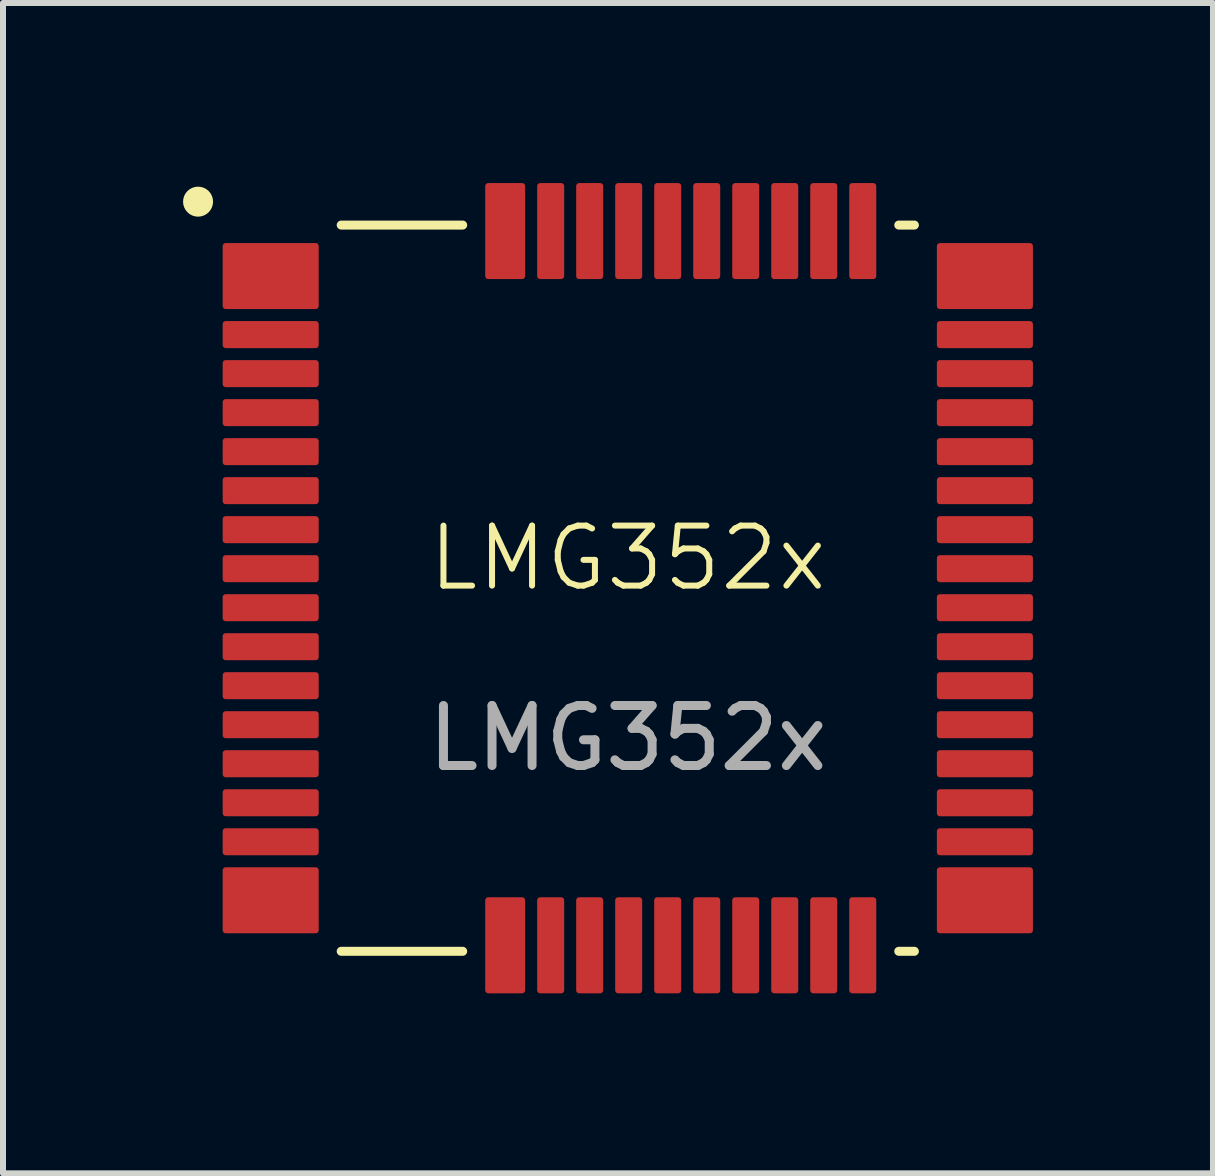
<source format=kicad_pcb>
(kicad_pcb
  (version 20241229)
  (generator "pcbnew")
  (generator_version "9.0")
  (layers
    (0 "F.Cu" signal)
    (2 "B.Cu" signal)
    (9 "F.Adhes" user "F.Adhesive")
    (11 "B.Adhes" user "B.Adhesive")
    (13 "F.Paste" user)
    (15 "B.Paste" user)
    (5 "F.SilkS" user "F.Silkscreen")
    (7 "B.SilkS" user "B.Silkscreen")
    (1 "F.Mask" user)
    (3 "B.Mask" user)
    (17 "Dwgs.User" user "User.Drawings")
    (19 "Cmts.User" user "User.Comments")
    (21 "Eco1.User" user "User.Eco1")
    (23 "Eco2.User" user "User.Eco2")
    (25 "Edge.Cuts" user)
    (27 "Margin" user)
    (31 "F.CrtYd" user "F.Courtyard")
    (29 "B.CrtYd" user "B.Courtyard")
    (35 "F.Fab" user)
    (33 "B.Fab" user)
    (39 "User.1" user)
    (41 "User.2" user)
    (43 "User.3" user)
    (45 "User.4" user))
  (footprint "LMG352x"
    (layer "F.Cu")
    (at 7.41 6.75)
    (property "Reference" "LMG352x" (at 0 -0.5 0) (unlocked yes) (layer "F.SilkS") (effects (font (size 1 1) (thickness 0.1))))
    (attr smd)
    (fp_line (start -2.751 -6.05) (end -4.775 -6.05) (stroke (width 0.15) (type solid)) (layer "F.SilkS"))
    (fp_line (start -2.751 6.05) (end -4.775 6.05) (stroke (width 0.15) (type solid)) (layer "F.SilkS"))
    (fp_line (start 4.775 -6.05) (end 4.515 -6.05) (stroke (width 0.15) (type solid)) (layer "F.SilkS"))
    (fp_line (start 4.775 6.05) (end 4.515 6.05) (stroke (width 0.15) (type solid)) (layer "F.SilkS"))
    (fp_circle (center -7.16 -6.44) (end -7.16 -6.565) (stroke (width 0.25) (type solid)) (fill no) (layer "F.SilkS"))
    (fp_line (start -6.05 6.05) (end -6.05 -6.05) (stroke (width 0.15) (type solid)) (layer "User.6"))
    (fp_line (start 6.05 -6.05) (end -6.05 -6.05) (stroke (width 0.15) (type solid)) (layer "User.6"))
    (fp_line (start 6.05 6.05) (end -6.05 6.05) (stroke (width 0.15) (type solid)) (layer "User.6"))
    (fp_line (start 6.05 6.05) (end 6.05 -6.05) (stroke (width 0.15) (type solid)) (layer "User.6"))
    (fp_text user "${REFERENCE}" (at 0 2.5 0) (unlocked yes) (layer "F.Fab") (effects (font (size 1 1) (thickness 0.15))))
    (fp_text user "${REFERENCE}" (at 0.05 0.011 0) (unlocked yes) (layer "User.6") (effects (font (size 0.5 0.5) (thickness 0.05)) (justify left bottom mirror)))
    (pad "1" smd roundrect (at -5.725 -5.2) (size 1.6 1.1) (drill (offset -0.225 0)) (layers "F.Cu" "F.Mask" "F.Paste") (roundrect_rratio 0.045))
    (pad "2" smd roundrect (at -5.725 -4.225) (size 1.6 0.45) (drill (offset -0.225 0)) (layers "F.Cu" "F.Mask" "F.Paste") (roundrect_rratio 0.11))
    (pad "3" smd roundrect (at -5.725 -3.575) (size 1.6 0.45) (drill (offset -0.225 0)) (layers "F.Cu" "F.Mask" "F.Paste") (roundrect_rratio 0.11))
    (pad "4" smd roundrect (at -5.725 -2.925) (size 1.6 0.45) (drill (offset -0.225 0)) (layers "F.Cu" "F.Mask" "F.Paste") (roundrect_rratio 0.11))
    (pad "5" smd roundrect (at -5.725 -2.275) (size 1.6 0.45) (drill (offset -0.225 0)) (layers "F.Cu" "F.Mask" "F.Paste") (roundrect_rratio 0.11))
    (pad "6" smd roundrect (at -5.725 -1.625) (size 1.6 0.45) (drill (offset -0.225 0)) (layers "F.Cu" "F.Mask" "F.Paste") (roundrect_rratio 0.11))
    (pad "7" smd roundrect (at -5.725 -0.975) (size 1.6 0.45) (drill (offset -0.225 0)) (layers "F.Cu" "F.Mask" "F.Paste") (roundrect_rratio 0.11))
    (pad "8" smd roundrect (at -5.725 -0.325) (size 1.6 0.45) (drill (offset -0.225 0)) (layers "F.Cu" "F.Mask" "F.Paste") (roundrect_rratio 0.11))
    (pad "9" smd roundrect (at -5.725 0.325) (size 1.6 0.45) (drill (offset -0.225 0)) (layers "F.Cu" "F.Mask" "F.Paste") (roundrect_rratio 0.11))
    (pad "10" smd roundrect (at -5.725 0.975) (size 1.6 0.45) (drill (offset -0.225 0)) (layers "F.Cu" "F.Mask" "F.Paste") (roundrect_rratio 0.11))
    (pad "11" smd roundrect (at -5.725 1.625) (size 1.6 0.45) (drill (offset -0.225 0)) (layers "F.Cu" "F.Mask" "F.Paste") (roundrect_rratio 0.11))
    (pad "12" smd roundrect (at -5.725 2.275) (size 1.6 0.45) (drill (offset -0.225 0)) (layers "F.Cu" "F.Mask" "F.Paste") (roundrect_rratio 0.11))
    (pad "13" smd roundrect (at -5.725 2.925) (size 1.6 0.45) (drill (offset -0.225 0)) (layers "F.Cu" "F.Mask" "F.Paste") (roundrect_rratio 0.11))
    (pad "14" smd roundrect (at -5.725 3.575) (size 1.6 0.45) (drill (offset -0.225 0)) (layers "F.Cu" "F.Mask" "F.Paste") (roundrect_rratio 0.11))
    (pad "15" smd roundrect (at -5.725 4.225) (size 1.6 0.45) (drill (offset -0.225 0)) (layers "F.Cu" "F.Mask" "F.Paste") (roundrect_rratio 0.11))
    (pad "16" smd roundrect (at -5.725 5.2) (size 1.6 1.1) (drill (offset -0.225 0)) (layers "F.Cu" "F.Mask" "F.Paste") (roundrect_rratio 0.045))
    (pad "17" smd roundrect (at -2.043 5.725) (size 0.665 1.6) (drill (offset 0 0.225)) (layers "F.Cu" "F.Mask" "F.Paste") (roundrect_rratio 0.075))
    (pad "18" smd roundrect (at -1.285 5.725) (size 0.45 1.6) (drill (offset 0 0.225)) (layers "F.Cu" "F.Mask" "F.Paste") (roundrect_rratio 0.11))
    (pad "19" smd roundrect (at -0.635 5.725) (size 0.45 1.6) (drill (offset 0 0.225)) (layers "F.Cu" "F.Mask" "F.Paste") (roundrect_rratio 0.11))
    (pad "20" smd roundrect (at 0.015 5.725) (size 0.45 1.6) (drill (offset 0 0.225)) (layers "F.Cu" "F.Mask" "F.Paste") (roundrect_rratio 0.11))
    (pad "21" smd roundrect (at 0.665 5.725) (size 0.45 1.6) (drill (offset 0 0.225)) (layers "F.Cu" "F.Mask" "F.Paste") (roundrect_rratio 0.11))
    (pad "22" smd roundrect (at 1.315 5.725) (size 0.45 1.6) (drill (offset 0 0.225)) (layers "F.Cu" "F.Mask" "F.Paste") (roundrect_rratio 0.11))
    (pad "23" smd roundrect (at 1.965 5.725) (size 0.45 1.6) (drill (offset 0 0.225)) (layers "F.Cu" "F.Mask" "F.Paste") (roundrect_rratio 0.11))
    (pad "24" smd roundrect (at 2.615 5.725) (size 0.45 1.6) (drill (offset 0 0.225)) (layers "F.Cu" "F.Mask" "F.Paste") (roundrect_rratio 0.11))
    (pad "25" smd roundrect (at 3.265 5.725) (size 0.45 1.6) (drill (offset 0 0.225)) (layers "F.Cu" "F.Mask" "F.Paste") (roundrect_rratio 0.11))
    (pad "26" smd roundrect (at 3.915 5.725) (size 0.45 1.6) (drill (offset 0 0.225)) (layers "F.Cu" "F.Mask" "F.Paste") (roundrect_rratio 0.11))
    (pad "27" smd roundrect (at 5.725 5.2) (size 1.6 1.1) (drill (offset 0.225 0)) (layers "F.Cu" "F.Mask" "F.Paste") (roundrect_rratio 0.045))
    (pad "28" smd roundrect (at 5.725 4.225) (size 1.6 0.45) (drill (offset 0.225 0)) (layers "F.Cu" "F.Mask" "F.Paste") (roundrect_rratio 0.11))
    (pad "29" smd roundrect (at 5.725 3.575) (size 1.6 0.45) (drill (offset 0.225 0)) (layers "F.Cu" "F.Mask" "F.Paste") (roundrect_rratio 0.11))
    (pad "30" smd roundrect (at 5.725 2.925) (size 1.6 0.45) (drill (offset 0.225 0)) (layers "F.Cu" "F.Mask" "F.Paste") (roundrect_rratio 0.11))
    (pad "31" smd roundrect (at 5.725 2.275) (size 1.6 0.45) (drill (offset 0.225 0)) (layers "F.Cu" "F.Mask" "F.Paste") (roundrect_rratio 0.11))
    (pad "32" smd roundrect (at 5.725 1.625) (size 1.6 0.45) (drill (offset 0.225 0)) (layers "F.Cu" "F.Mask" "F.Paste") (roundrect_rratio 0.11))
    (pad "33" smd roundrect (at 5.725 0.975) (size 1.6 0.45) (drill (offset 0.225 0)) (layers "F.Cu" "F.Mask" "F.Paste") (roundrect_rratio 0.11))
    (pad "34" smd roundrect (at 5.725 0.325) (size 1.6 0.45) (drill (offset 0.225 0)) (layers "F.Cu" "F.Mask" "F.Paste") (roundrect_rratio 0.11))
    (pad "35" smd roundrect (at 5.725 -0.325) (size 1.6 0.45) (drill (offset 0.225 0)) (layers "F.Cu" "F.Mask" "F.Paste") (roundrect_rratio 0.11))
    (pad "36" smd roundrect (at 5.725 -0.975) (size 1.6 0.45) (drill (offset 0.225 0)) (layers "F.Cu" "F.Mask" "F.Paste") (roundrect_rratio 0.11))
    (pad "37" smd roundrect (at 5.725 -1.625) (size 1.6 0.45) (drill (offset 0.225 0)) (layers "F.Cu" "F.Mask" "F.Paste") (roundrect_rratio 0.11))
    (pad "38" smd roundrect (at 5.725 -2.275) (size 1.6 0.45) (drill (offset 0.225 0)) (layers "F.Cu" "F.Mask" "F.Paste") (roundrect_rratio 0.11))
    (pad "39" smd roundrect (at 5.725 -2.925) (size 1.6 0.45) (drill (offset 0.225 0)) (layers "F.Cu" "F.Mask" "F.Paste") (roundrect_rratio 0.11))
    (pad "40" smd roundrect (at 5.725 -3.575) (size 1.6 0.45) (drill (offset 0.225 0)) (layers "F.Cu" "F.Mask" "F.Paste") (roundrect_rratio 0.11))
    (pad "41" smd roundrect (at 5.725 -4.225) (size 1.6 0.45) (drill (offset 0.225 0)) (layers "F.Cu" "F.Mask" "F.Paste") (roundrect_rratio 0.11))
    (pad "42" smd roundrect (at 5.725 -5.2) (size 1.6 1.1) (drill (offset 0.225 0)) (layers "F.Cu" "F.Mask" "F.Paste") (roundrect_rratio 0.045))
    (pad "43" smd roundrect (at 3.915 -5.725) (size 0.45 1.6) (drill (offset 0 -0.225)) (layers "F.Cu" "F.Mask" "F.Paste") (roundrect_rratio 0.11))
    (pad "44" smd roundrect (at 3.265 -5.725) (size 0.45 1.6) (drill (offset 0 -0.225)) (layers "F.Cu" "F.Mask" "F.Paste") (roundrect_rratio 0.11))
    (pad "45" smd roundrect (at 2.615 -5.725) (size 0.45 1.6) (drill (offset 0 -0.225)) (layers "F.Cu" "F.Mask" "F.Paste") (roundrect_rratio 0.11))
    (pad "46" smd roundrect (at 1.965 -5.725) (size 0.45 1.6) (drill (offset 0 -0.225)) (layers "F.Cu" "F.Mask" "F.Paste") (roundrect_rratio 0.11))
    (pad "47" smd roundrect (at 1.315 -5.725) (size 0.45 1.6) (drill (offset 0 -0.225)) (layers "F.Cu" "F.Mask" "F.Paste") (roundrect_rratio 0.11))
    (pad "48" smd roundrect (at 0.665 -5.725) (size 0.45 1.6) (drill (offset 0 -0.225)) (layers "F.Cu" "F.Mask" "F.Paste") (roundrect_rratio 0.11))
    (pad "49" smd roundrect (at 0.015 -5.725) (size 0.45 1.6) (drill (offset 0 -0.225)) (layers "F.Cu" "F.Mask" "F.Paste") (roundrect_rratio 0.11))
    (pad "50" smd roundrect (at -0.635 -5.725) (size 0.45 1.6) (drill (offset 0 -0.225)) (layers "F.Cu" "F.Mask" "F.Paste") (roundrect_rratio 0.11))
    (pad "51" smd roundrect (at -1.285 -5.725) (size 0.45 1.6) (drill (offset 0 -0.225)) (layers "F.Cu" "F.Mask" "F.Paste") (roundrect_rratio 0.11))
    (pad "52" smd roundrect (at -2.043 -5.725) (size 0.665 1.6) (drill (offset 0 -0.225)) (layers "F.Cu" "F.Mask" "F.Paste") (roundrect_rratio 0.075)))
  (gr_rect
    (start -3 -3)
    (end 17.16 16.5)
    (stroke (width 0.1) (type default))
    (fill no)
    (layer "Edge.Cuts")))
</source>
